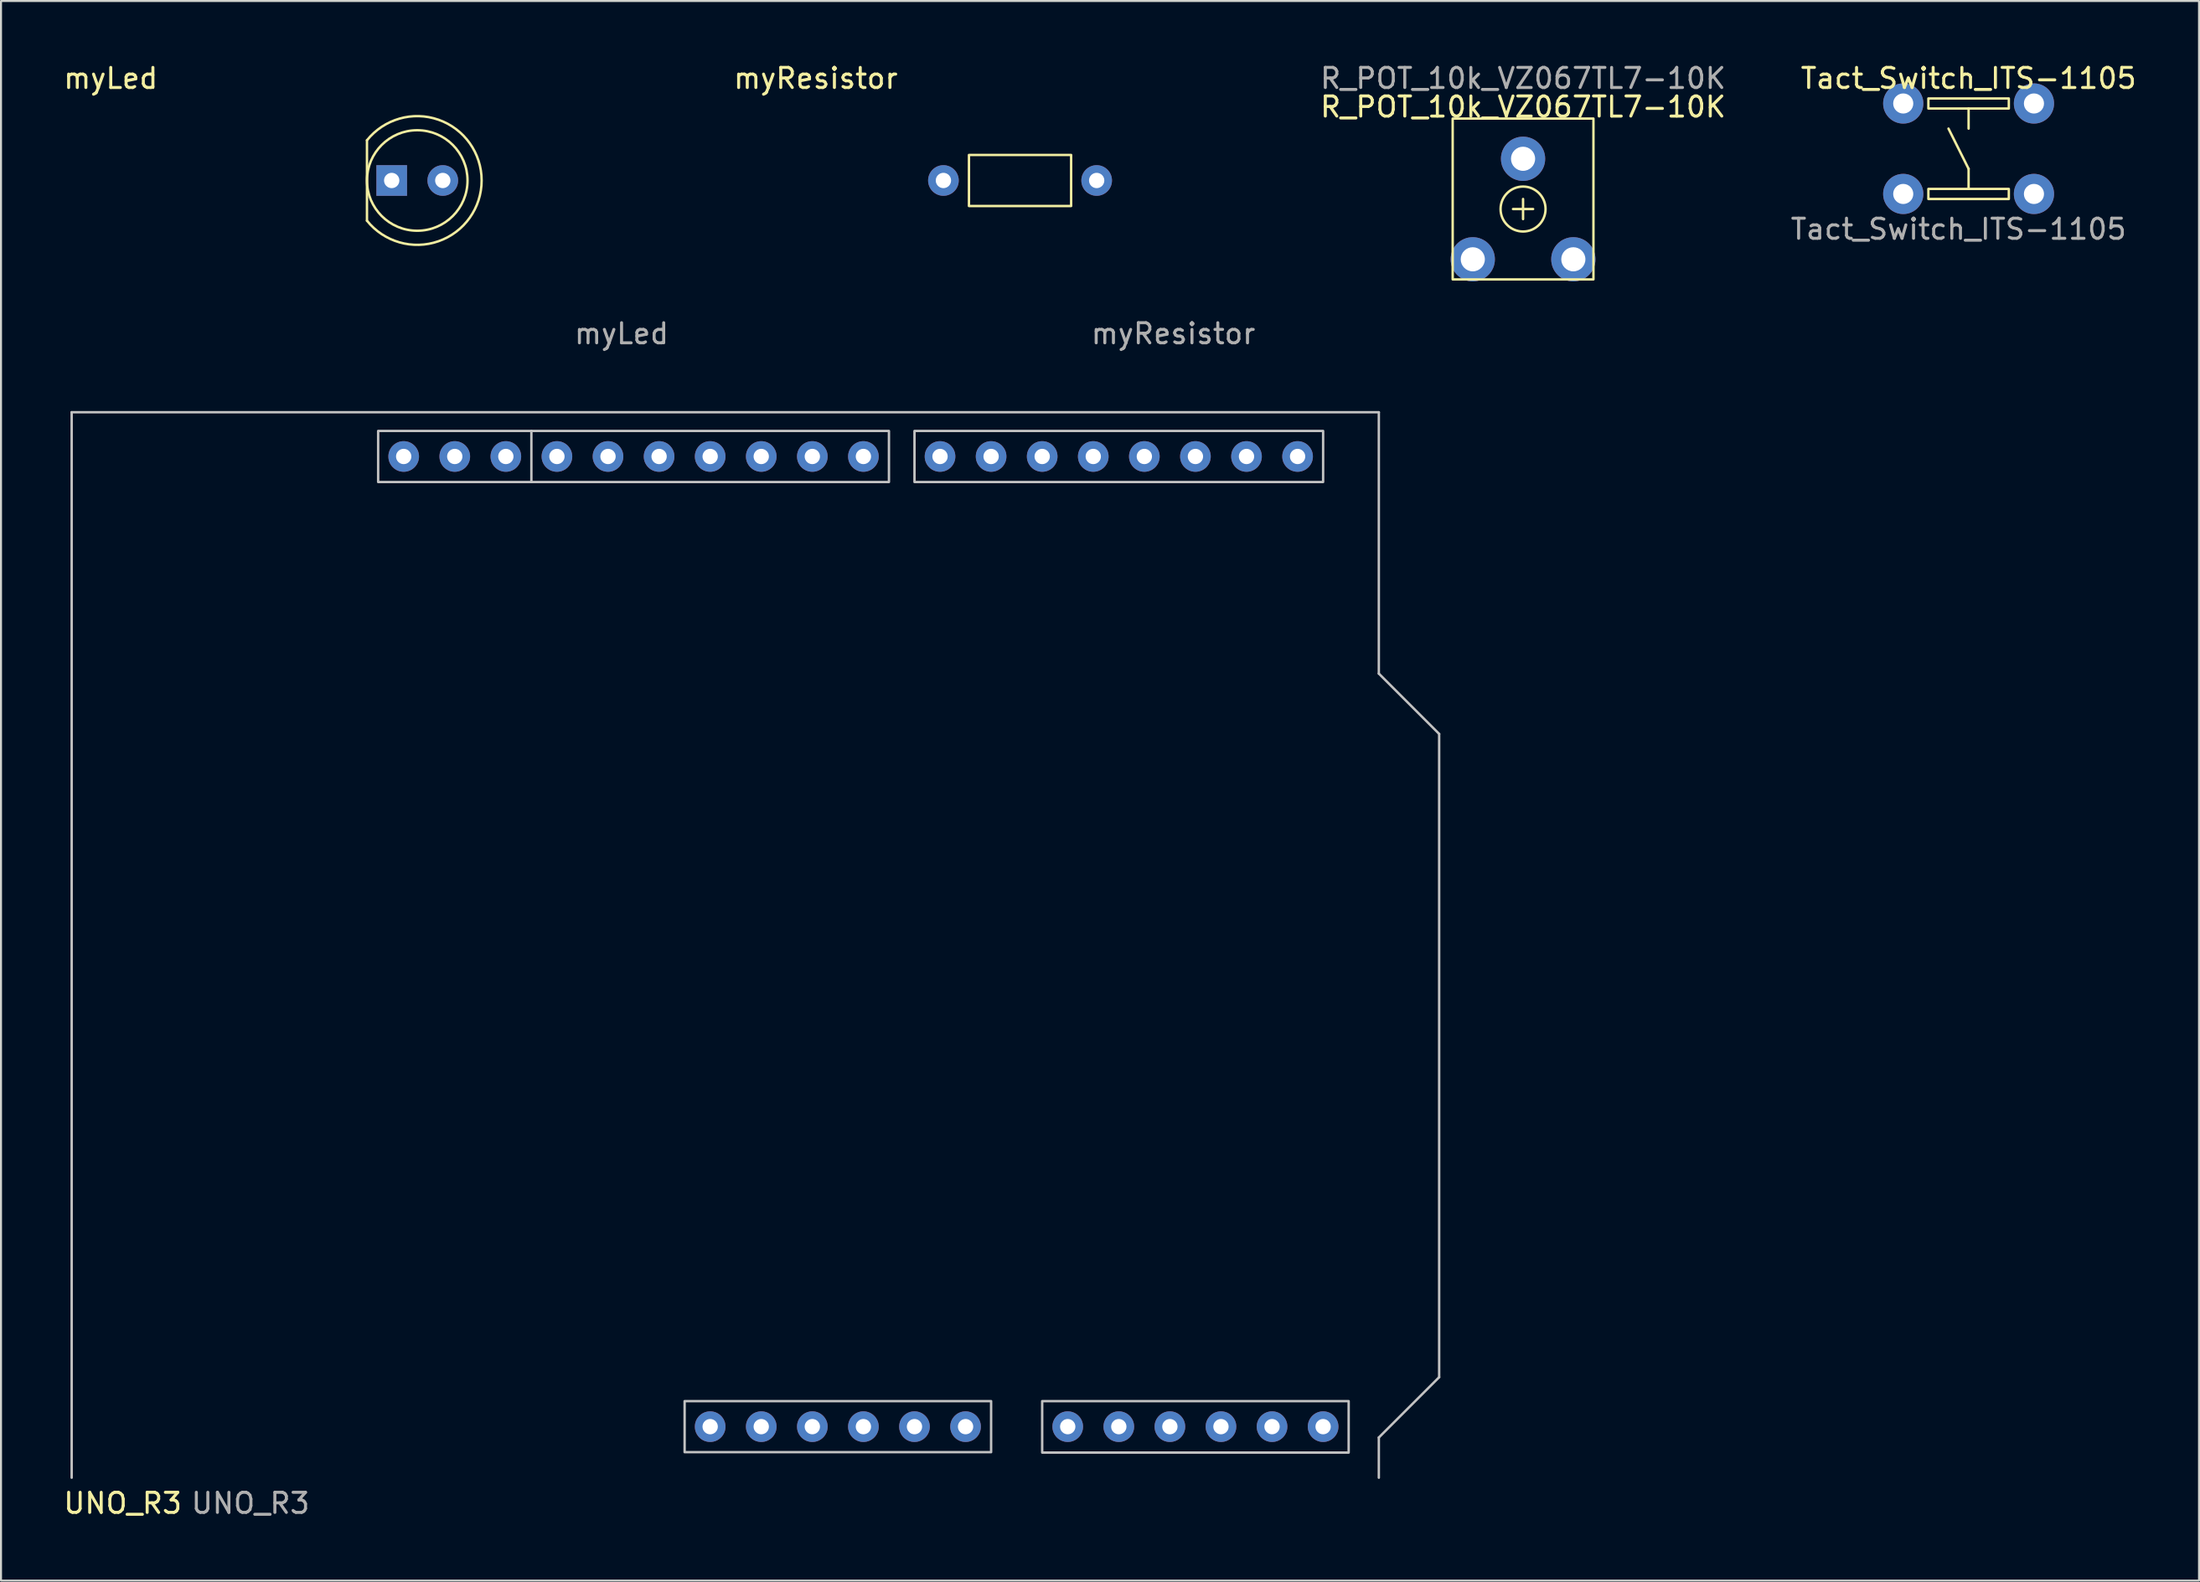
<source format=kicad_pcb>
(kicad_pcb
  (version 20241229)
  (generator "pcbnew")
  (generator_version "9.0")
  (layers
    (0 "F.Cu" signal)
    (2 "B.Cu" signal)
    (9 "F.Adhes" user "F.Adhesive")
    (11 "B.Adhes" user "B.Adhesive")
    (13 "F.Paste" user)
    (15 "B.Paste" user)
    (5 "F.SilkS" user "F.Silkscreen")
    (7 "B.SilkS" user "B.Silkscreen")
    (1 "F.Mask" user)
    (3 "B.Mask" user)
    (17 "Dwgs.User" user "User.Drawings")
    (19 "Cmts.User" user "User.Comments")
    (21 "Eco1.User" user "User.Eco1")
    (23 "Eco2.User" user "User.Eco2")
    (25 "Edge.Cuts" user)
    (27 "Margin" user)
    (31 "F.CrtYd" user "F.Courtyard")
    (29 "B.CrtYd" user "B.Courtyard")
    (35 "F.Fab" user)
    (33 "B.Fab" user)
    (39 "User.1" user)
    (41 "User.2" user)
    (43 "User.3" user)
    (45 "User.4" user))
  (footprint "myResistor"
    (layer "F.Cu")
    (at 47.673 5.928)
    (property "Reference" "myResistor" (at -10.16 -5.08 0) (unlocked yes) (layer "F.SilkS") (effects (font (size 1 1) (thickness 0.15))))
    (attr through_hole)
    (fp_rect (start -2.54 -1.27) (end 2.54 1.27) (stroke (width 0.12) (type solid)) (fill no) (layer "F.SilkS"))
    (fp_text user "${REFERENCE}" (at 7.62 7.62 0) (unlocked yes) (layer "F.Fab") (effects (font (size 1 1) (thickness 0.15))))
    (pad "1" thru_hole circle (at -3.81 0) (size 1.524 1.524) (drill 0.762) (layers "*.Cu" "*.Mask"))
    (pad "2" thru_hole circle (at 3.81 0) (size 1.524 1.524) (drill 0.762) (layers "*.Cu" "*.Mask")))
  (footprint "Tact_Switch_ITS-1105"
    (layer "F.Cu")
    (at 94.841 4.348)
    (property "Reference" "Tact_Switch_ITS-1105" (at 0 -3.5 0) (unlocked yes) (layer "F.SilkS") (effects (font (size 1 1) (thickness 0.15))))
    (attr through_hole)
    (fp_line (start 0 -2) (end 0 -1) (stroke (width 0.12) (type solid)) (layer "F.SilkS"))
    (fp_line (start 0 1) (end -1 -1) (stroke (width 0.12) (type solid)) (layer "F.SilkS"))
    (fp_line (start 0 2) (end 0 1) (stroke (width 0.12) (type solid)) (layer "F.SilkS"))
    (fp_rect (start -2 -2.5) (end 2 -2) (stroke (width 0.12) (type solid)) (fill no) (layer "F.SilkS"))
    (fp_rect (start -2 2.5) (end 2 2) (stroke (width 0.12) (type solid)) (fill no) (layer "F.SilkS"))
    (fp_text user "${REFERENCE}" (at -0.5 4 0) (unlocked yes) (layer "F.Fab") (effects (font (size 1 1) (thickness 0.15))))
    (pad "1" thru_hole circle (at -3.25 -2.25) (size 2 2) (drill 1) (layers "*.Cu" "*.Mask"))
    (pad "2" thru_hole circle (at 3.25 -2.25) (size 2 2) (drill 1) (layers "*.Cu" "*.Mask"))
    (pad "3" thru_hole circle (at 3.25 2.25) (size 2 2) (drill 1) (layers "*.Cu" "*.Mask"))
    (pad "4" thru_hole circle (at -3.25 2.25) (size 2 2) (drill 1) (layers "*.Cu" "*.Mask")))
  (footprint "myLed"
    (layer "F.Cu")
    (at 17.698 5.928)
    (property "Reference" "myLed" (at -15.24 -5.08 0) (unlocked yes) (layer "F.SilkS") (effects (font (size 1 1) (thickness 0.15))))
    (attr through_hole)
    (fp_line (start -2.5 -2) (end -2.5 2) (stroke (width 0.12) (type solid)) (layer "F.SilkS"))
    (fp_arc (start -2.5 -2) (mid 3.201562 0) (end -2.5 2) (stroke (width 0.12) (type solid)) (layer "F.SilkS"))
    (fp_circle (center 0 0) (end 2.5 0) (stroke (width 0.12) (type solid)) (fill no) (layer "F.SilkS"))
    (fp_text user "${REFERENCE}" (at 10.16 7.62 0) (unlocked yes) (layer "F.Fab") (effects (font (size 1 1) (thickness 0.15))))
    (pad "1" thru_hole rect (at -1.27 0) (size 1.524 1.524) (drill 0.762) (layers "*.Cu" "*.Mask"))
    (pad "2" thru_hole circle (at 1.27 0) (size 1.524 1.524) (drill 0.762) (layers "*.Cu" "*.Mask")))
  (footprint "UNO_R3"
    (layer "F.Cu")
    (at 0.514 70.457)
    (property "Reference" "UNO_R3" (at 2.54 1.27 0) (unlocked yes) (layer "F.SilkS") (effects (font (size 1 1) (thickness 0.15))))
    (attr through_hole)
    (fp_line (start 0 -53) (end 65 -53) (stroke (width 0.12) (type solid)) (layer "Dwgs.User"))
    (fp_line (start 0 0) (end 0 -53) (stroke (width 0.12) (type solid)) (layer "Dwgs.User"))
    (fp_line (start 22.86 -52.07) (end 22.86 -49.53) (stroke (width 0.12) (type solid)) (layer "Dwgs.User"))
    (fp_line (start 65 -40) (end 65 -53) (stroke (width 0.12) (type solid)) (layer "Dwgs.User"))
    (fp_line (start 65 -2) (end 65 0) (stroke (width 0.12) (type solid)) (layer "Dwgs.User"))
    (fp_line (start 65 -2) (end 68 -5) (stroke (width 0.12) (type solid)) (layer "Dwgs.User"))
    (fp_line (start 68 -37) (end 65 -40) (stroke (width 0.12) (type solid)) (layer "Dwgs.User"))
    (fp_line (start 68 -5) (end 68 -37) (stroke (width 0.12) (type solid)) (layer "Dwgs.User"))
    (fp_rect (start 15.24 -52.07) (end 40.64 -49.53) (stroke (width 0.12) (type solid)) (fill no) (layer "Dwgs.User"))
    (fp_rect (start 30.48 -3.81) (end 45.72 -1.27) (stroke (width 0.12) (type solid)) (fill no) (layer "Dwgs.User"))
    (fp_rect (start 41.91 -52.07) (end 62.23 -49.53) (stroke (width 0.12) (type solid)) (fill no) (layer "Dwgs.User"))
    (fp_rect (start 48.26 -3.81) (end 63.5 -1.25) (stroke (width 0.12) (type solid)) (fill no) (layer "Dwgs.User"))
    (fp_text user "${REFERENCE}" (at 8.89 1.27 0) (unlocked yes) (layer "F.Fab") (effects (font (size 1 1) (thickness 0.15))))
    (pad "2" thru_hole circle (at 62.23 -2.54) (size 1.524 1.524) (drill 0.762) (layers "*.Cu" "*.Mask"))
    (pad "3" thru_hole circle (at 59.69 -2.54) (size 1.524 1.524) (drill 0.762) (layers "*.Cu" "*.Mask"))
    (pad "4" thru_hole circle (at 57.15 -2.54) (size 1.524 1.524) (drill 0.762) (layers "*.Cu" "*.Mask"))
    (pad "5" thru_hole circle (at 54.61 -2.54) (size 1.524 1.524) (drill 0.762) (layers "*.Cu" "*.Mask"))
    (pad "6" thru_hole circle (at 52.07 -2.54) (size 1.524 1.524) (drill 0.762) (layers "*.Cu" "*.Mask"))
    (pad "7" thru_hole circle (at 49.53 -2.54) (size 1.524 1.524) (drill 0.762) (layers "*.Cu" "*.Mask"))
    (pad "8" thru_hole circle (at 44.45 -2.54) (size 1.524 1.524) (drill 0.762) (layers "*.Cu" "*.Mask"))
    (pad "9" thru_hole circle (at 41.91 -2.54) (size 1.524 1.524) (drill 0.762) (layers "*.Cu" "*.Mask"))
    (pad "10" thru_hole circle (at 39.37 -2.54) (size 1.524 1.524) (drill 0.762) (layers "*.Cu" "*.Mask"))
    (pad "11" thru_hole circle (at 36.83 -2.54) (size 1.524 1.524) (drill 0.762) (layers "*.Cu" "*.Mask"))
    (pad "12" thru_hole circle (at 34.29 -2.54) (size 1.524 1.524) (drill 0.762) (layers "*.Cu" "*.Mask"))
    (pad "13" thru_hole circle (at 31.75 -2.54) (size 1.524 1.524) (drill 0.762) (layers "*.Cu" "*.Mask"))
    (pad "14" thru_hole circle (at 60.96 -50.8) (size 1.524 1.524) (drill 0.762) (layers "*.Cu" "*.Mask"))
    (pad "15" thru_hole circle (at 58.42 -50.8) (size 1.524 1.524) (drill 0.762) (layers "*.Cu" "*.Mask"))
    (pad "16" thru_hole circle (at 55.88 -50.8) (size 1.524 1.524) (drill 0.762) (layers "*.Cu" "*.Mask"))
    (pad "17" thru_hole circle (at 53.34 -50.8) (size 1.524 1.524) (drill 0.762) (layers "*.Cu" "*.Mask"))
    (pad "18" thru_hole circle (at 50.8 -50.8) (size 1.524 1.524) (drill 0.762) (layers "*.Cu" "*.Mask"))
    (pad "19" thru_hole circle (at 48.26 -50.8) (size 1.524 1.524) (drill 0.762) (layers "*.Cu" "*.Mask"))
    (pad "20" thru_hole circle (at 45.72 -50.8) (size 1.524 1.524) (drill 0.762) (layers "*.Cu" "*.Mask"))
    (pad "21" thru_hole circle (at 43.18 -50.8) (size 1.524 1.524) (drill 0.762) (layers "*.Cu" "*.Mask"))
    (pad "22" thru_hole circle (at 39.37 -50.8) (size 1.524 1.524) (drill 0.762) (layers "*.Cu" "*.Mask"))
    (pad "23" thru_hole circle (at 36.83 -50.8) (size 1.524 1.524) (drill 0.762) (layers "*.Cu" "*.Mask"))
    (pad "24" thru_hole circle (at 34.29 -50.8) (size 1.524 1.524) (drill 0.762) (layers "*.Cu" "*.Mask"))
    (pad "25" thru_hole circle (at 31.75 -50.8) (size 1.524 1.524) (drill 0.762) (layers "*.Cu" "*.Mask"))
    (pad "26" thru_hole circle (at 29.21 -50.8) (size 1.524 1.524) (drill 0.762) (layers "*.Cu" "*.Mask"))
    (pad "27" thru_hole circle (at 26.67 -50.8) (size 1.524 1.524) (drill 0.762) (layers "*.Cu" "*.Mask"))
    (pad "28" thru_hole circle (at 24.13 -50.8) (size 1.524 1.524) (drill 0.762) (layers "*.Cu" "*.Mask"))
    (pad "29" thru_hole circle (at 21.59 -50.8) (size 1.524 1.524) (drill 0.762) (layers "*.Cu" "*.Mask"))
    (pad "30" thru_hole circle (at 19.05 -50.8) (size 1.524 1.524) (drill 0.762) (layers "*.Cu" "*.Mask"))
    (pad "31" thru_hole circle (at 16.51 -50.8) (size 1.524 1.524) (drill 0.762) (layers "*.Cu" "*.Mask")))
  (footprint "R_POT_10k_VZ067TL7-10K"
    (layer "F.Cu")
    (at 72.686 7.348)
    (property "Reference" "R_POT_10k_VZ067TL7-10K" (at 0 -5.08 0) (unlocked yes) (layer "F.SilkS") (effects (font (size 1 1) (thickness 0.15))))
    (attr through_hole)
    (fp_line (start -0.5 0) (end 0.5 0) (stroke (width 0.12) (type solid)) (layer "F.SilkS"))
    (fp_line (start 0 -0.5) (end 0 0.5) (stroke (width 0.12) (type solid)) (layer "F.SilkS"))
    (fp_rect (start -3.5 3.5) (end 3.5 -4.5) (stroke (width 0.12) (type solid)) (fill no) (layer "F.SilkS"))
    (fp_circle (center 0 0) (end -0.5 -1) (stroke (width 0.12) (type solid)) (fill no) (layer "F.SilkS"))
    (fp_text user "${REFERENCE}" (at 0 -6.5 0) (unlocked yes) (layer "F.Fab") (effects (font (size 1 1) (thickness 0.15))))
    (pad "1" thru_hole circle (at -2.5 2.5) (size 2.2 2.2) (drill 1.2) (layers "*.Cu" "*.Mask"))
    (pad "2" thru_hole circle (at 0 -2.5) (size 2.2 2.2) (drill 1.2) (layers "*.Cu" "*.Mask"))
    (pad "3" thru_hole circle (at 2.5 2.5) (size 2.2 2.2) (drill 1.2) (layers "*.Cu" "*.Mask")))
  (gr_rect
    (start -3 -3)
    (end 106.299 75.575)
    (stroke (width 0.1) (type default))
    (fill no)
    (layer "Edge.Cuts")))
</source>
